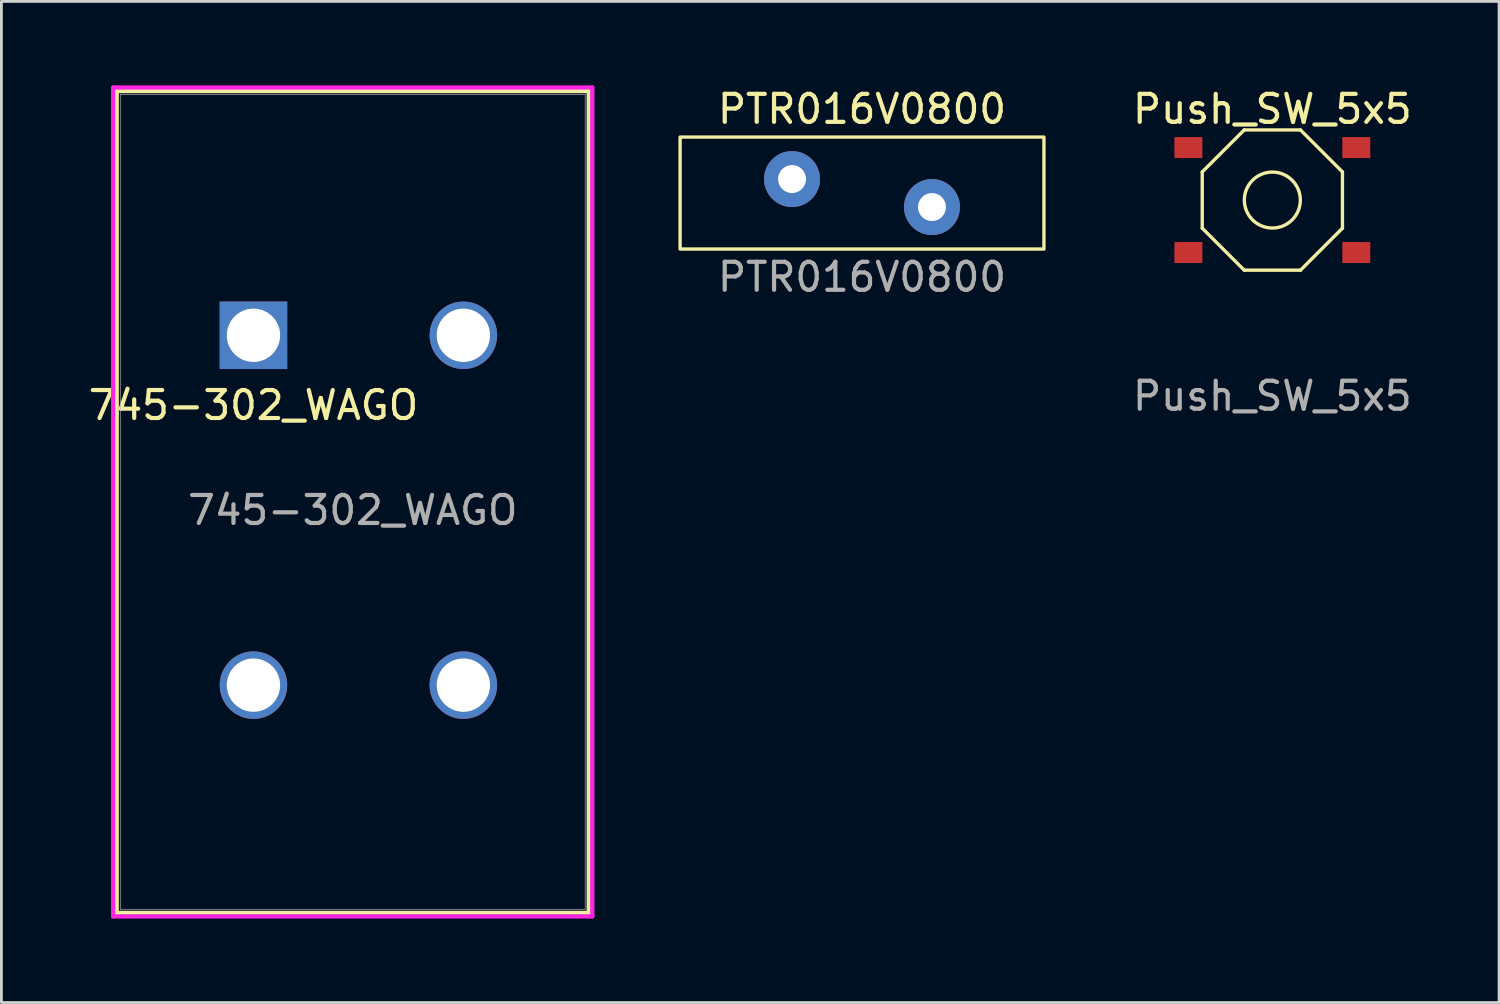
<source format=kicad_pcb>
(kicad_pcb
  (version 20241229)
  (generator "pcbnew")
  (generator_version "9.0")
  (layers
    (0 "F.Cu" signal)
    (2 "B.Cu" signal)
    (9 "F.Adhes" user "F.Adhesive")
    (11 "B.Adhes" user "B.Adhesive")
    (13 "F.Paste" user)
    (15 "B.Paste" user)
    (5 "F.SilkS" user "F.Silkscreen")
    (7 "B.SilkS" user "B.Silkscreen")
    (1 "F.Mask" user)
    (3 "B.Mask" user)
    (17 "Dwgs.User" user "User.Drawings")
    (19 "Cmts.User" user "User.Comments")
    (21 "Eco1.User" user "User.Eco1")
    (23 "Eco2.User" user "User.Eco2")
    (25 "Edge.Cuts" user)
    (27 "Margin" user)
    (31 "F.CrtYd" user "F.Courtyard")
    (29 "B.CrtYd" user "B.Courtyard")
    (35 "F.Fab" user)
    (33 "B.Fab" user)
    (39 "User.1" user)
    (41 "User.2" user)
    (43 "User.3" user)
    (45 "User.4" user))
  (footprint "Push_SW_5x5"
    (layer "F.Cu")
    (at 42.41 4.098)
    (property "Reference" "Push_SW_5x5" (at 0 -3.25 0) (unlocked yes) (layer "F.SilkS") (effects (font (size 1 1) (thickness 0.15))))
    (attr smd)
    (fp_line (start -2.505 1.005) (end -2.505 -1.005) (stroke (width 0.12) (type default)) (layer "F.SilkS"))
    (fp_line (start -1.005 -2.505) (end -2.505 -1.005) (stroke (width 0.12) (type default)) (layer "F.SilkS"))
    (fp_line (start -1.005 2.505) (end -2.505 1.005) (stroke (width 0.12) (type default)) (layer "F.SilkS"))
    (fp_line (start 1.005 -2.505) (end -1.005 -2.505) (stroke (width 0.12) (type default)) (layer "F.SilkS"))
    (fp_line (start 1.005 2.505) (end -1.005 2.505) (stroke (width 0.12) (type default)) (layer "F.SilkS"))
    (fp_line (start 2.505 -1.005) (end 1.005 -2.505) (stroke (width 0.12) (type default)) (layer "F.SilkS"))
    (fp_line (start 2.505 1.005) (end 1.005 2.505) (stroke (width 0.12) (type default)) (layer "F.SilkS"))
    (fp_line (start 2.505 1.005) (end 2.505 -1.005) (stroke (width 0.12) (type default)) (layer "F.SilkS"))
    (fp_circle (center 0 0) (end 1 0) (stroke (width 0.12) (type default)) (fill no) (layer "F.SilkS"))
    (fp_text user "${REFERENCE}" (at 0 7 0) (unlocked yes) (layer "F.Fab") (effects (font (size 1 1) (thickness 0.15))))
    (pad "1" smd rect (at -3 -1.875) (size 1 0.75) (layers "F.Cu" "F.Mask" "F.Paste"))
    (pad "1" smd rect (at 3 -1.875) (size 1 0.75) (layers "F.Cu" "F.Mask" "F.Paste"))
    (pad "2" smd rect (at -3 1.875) (size 1 0.75) (layers "F.Cu" "F.Mask" "F.Paste"))
    (pad "2" smd rect (at 3 1.875) (size 1 0.75) (layers "F.Cu" "F.Mask" "F.Paste")))
  (footprint "745-302_WAGO"
    (layer "F.Cu")
    (at 6.006 8.93)
    (property "Reference" "745-302_WAGO" (at 0 2.5 0) (unlocked yes) (layer "F.SilkS") (effects (font (size 1 1) (thickness 0.15))))
    (attr through_hole)
    (fp_line (start -4.886 -8.727) (end -4.886 20.635) (stroke (width 0.152) (type solid)) (layer "F.SilkS"))
    (fp_line (start -4.886 20.635) (end 11.98 20.635) (stroke (width 0.152) (type solid)) (layer "F.SilkS"))
    (fp_line (start 11.98 -8.727) (end -4.886 -8.727) (stroke (width 0.152) (type solid)) (layer "F.SilkS"))
    (fp_line (start 11.98 20.635) (end 11.98 -8.727) (stroke (width 0.152) (type solid)) (layer "F.SilkS"))
    (fp_line (start -5.013 -8.854) (end -5.013 20.762) (stroke (width 0.152) (type solid)) (layer "F.CrtYd"))
    (fp_line (start -5.013 20.762) (end 12.107 20.762) (stroke (width 0.152) (type solid)) (layer "F.CrtYd"))
    (fp_line (start 12.107 -8.854) (end -5.013 -8.854) (stroke (width 0.152) (type solid)) (layer "F.CrtYd"))
    (fp_line (start 12.107 20.762) (end 12.107 -8.854) (stroke (width 0.152) (type solid)) (layer "F.CrtYd"))
    (fp_line (start -4.759 -8.6) (end -4.759 20.508) (stroke (width 0.025) (type solid)) (layer "F.Fab"))
    (fp_line (start -4.759 20.508) (end 11.853 20.508) (stroke (width 0.025) (type solid)) (layer "F.Fab"))
    (fp_line (start 11.853 -8.6) (end -4.759 -8.6) (stroke (width 0.025) (type solid)) (layer "F.Fab"))
    (fp_line (start 11.853 20.508) (end 11.853 -8.6) (stroke (width 0.025) (type solid)) (layer "F.Fab"))
    (fp_text user "${REFERENCE}" (at 3.547 6.25 0) (unlocked yes) (layer "F.Fab") (effects (font (size 1 1) (thickness 0.15))))
    (pad "1" thru_hole rect (at 0 0) (size 2.413 2.413) (drill 1.905) (layers "*.Cu" "*.Mask"))
    (pad "2" thru_hole circle (at 0 12.5) (size 2.413 2.413) (drill 1.905) (layers "*.Cu" "*.Mask"))
    (pad "3" thru_hole circle (at 7.5 0) (size 2.413 2.413) (drill 1.905) (layers "*.Cu" "*.Mask"))
    (pad "4" thru_hole circle (at 7.5 12.5) (size 2.413 2.413) (drill 1.905) (layers "*.Cu" "*.Mask")))
  (footprint "PTR016V0800"
    (layer "F.Cu")
    (at 27.749 3.848)
    (property "Reference" "PTR016V0800" (at 0 -3 0) (unlocked yes) (layer "F.SilkS") (effects (font (size 1 1) (thickness 0.15))))
    (attr through_hole)
    (fp_rect (start -6.5 -2) (end 6.5 2) (stroke (width 0.12) (type default)) (fill no) (layer "F.SilkS"))
    (fp_text user "${REFERENCE}" (at 0 3 0) (unlocked yes) (layer "F.Fab") (effects (font (size 1 1) (thickness 0.15))))
    (pad "1" thru_hole circle (at -2.5 -0.5) (size 2 2) (drill 1) (layers "*.Cu" "*.Mask"))
    (pad "2" thru_hole circle (at 2.5 0.5) (size 2 2) (drill 1) (layers "*.Cu" "*.Mask")))
  (gr_rect
    (start -3 -3)
    (end 50.511 32.769)
    (stroke (width 0.1) (type default))
    (fill no)
    (layer "Edge.Cuts")))
</source>
